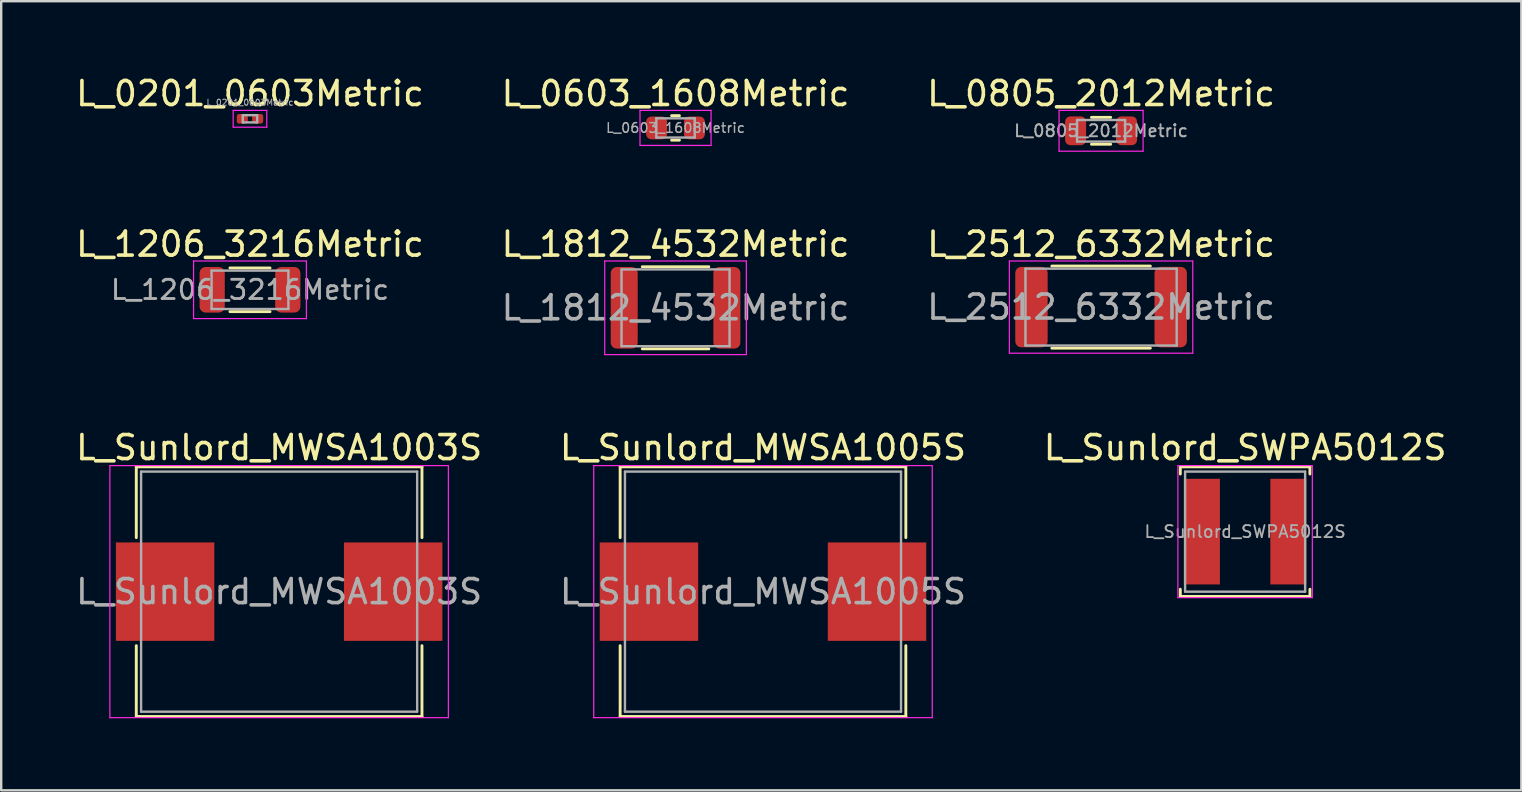
<source format=kicad_pcb>
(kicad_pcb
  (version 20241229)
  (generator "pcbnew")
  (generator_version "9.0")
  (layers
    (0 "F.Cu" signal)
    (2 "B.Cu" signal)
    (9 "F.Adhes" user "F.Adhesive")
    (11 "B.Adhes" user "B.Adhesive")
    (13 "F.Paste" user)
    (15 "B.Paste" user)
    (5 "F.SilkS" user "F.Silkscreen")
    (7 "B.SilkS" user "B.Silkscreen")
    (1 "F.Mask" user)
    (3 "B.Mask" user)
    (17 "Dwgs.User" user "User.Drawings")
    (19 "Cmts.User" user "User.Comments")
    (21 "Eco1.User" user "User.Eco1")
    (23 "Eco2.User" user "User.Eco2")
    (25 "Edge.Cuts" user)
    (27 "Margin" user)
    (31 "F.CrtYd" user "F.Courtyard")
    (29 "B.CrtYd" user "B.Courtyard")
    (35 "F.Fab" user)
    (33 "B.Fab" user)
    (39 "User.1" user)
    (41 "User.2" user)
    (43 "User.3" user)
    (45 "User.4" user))
  (footprint "L_Sunlord_MWSA1005S"
    (layer "F.Cu")
    (at 28.732 21.595)
    (property "Reference" "L_Sunlord_MWSA1005S" (at 0 -6 0) (layer "F.SilkS") (effects (font (size 1 1) (thickness 0.15))))
    (attr smd)
    (fp_line (start -5.95 -5.2) (end -5.95 -2.25) (stroke (width 0.12) (type solid)) (layer "F.SilkS"))
    (fp_line (start -5.95 -5.2) (end 5.95 -5.2) (stroke (width 0.12) (type solid)) (layer "F.SilkS"))
    (fp_line (start -5.95 5.2) (end -5.95 2.25) (stroke (width 0.12) (type solid)) (layer "F.SilkS"))
    (fp_line (start -5.95 5.2) (end 5.95 5.2) (stroke (width 0.12) (type solid)) (layer "F.SilkS"))
    (fp_line (start 5.95 -5.2) (end 5.95 -2.25) (stroke (width 0.12) (type solid)) (layer "F.SilkS"))
    (fp_line (start 5.95 5.2) (end 5.95 2.25) (stroke (width 0.12) (type solid)) (layer "F.SilkS"))
    (fp_line (start -7.05 -5.25) (end -7.05 5.25) (stroke (width 0.05) (type solid)) (layer "F.CrtYd"))
    (fp_line (start -7.05 5.25) (end 7.05 5.25) (stroke (width 0.05) (type solid)) (layer "F.CrtYd"))
    (fp_line (start 7.05 -5.25) (end -7.05 -5.25) (stroke (width 0.05) (type solid)) (layer "F.CrtYd"))
    (fp_line (start 7.05 5.25) (end 7.05 -5.25) (stroke (width 0.05) (type solid)) (layer "F.CrtYd"))
    (fp_line (start -5.75 -5) (end -5.75 5) (stroke (width 0.1) (type solid)) (layer "F.Fab"))
    (fp_line (start -5.75 5) (end 5.75 5) (stroke (width 0.1) (type solid)) (layer "F.Fab"))
    (fp_line (start 5.75 -5) (end -5.75 -5) (stroke (width 0.1) (type solid)) (layer "F.Fab"))
    (fp_line (start 5.75 5) (end 5.75 -5) (stroke (width 0.1) (type solid)) (layer "F.Fab"))
    (fp_text user "${REFERENCE}" (at 0 0 0) (layer "F.Fab") (effects (font (size 1 1) (thickness 0.15))))
    (pad "1" smd rect (at -4.75 0) (size 4.1 4.1) (layers "F.Cu" "F.Mask" "F.Paste"))
    (pad "2" smd rect (at 4.75 0) (size 4.1 4.1) (layers "F.Cu" "F.Mask" "F.Paste")))
  (footprint "L_1812_4532Metric"
    (layer "F.Cu")
    (at 25.089 9.771)
    (property "Reference" "L_1812_4532Metric" (at 0 -2.65 0) (layer "F.SilkS") (effects (font (size 1 1) (thickness 0.15))))
    (attr smd)
    (fp_line (start -1.386 -1.71) (end 1.386 -1.71) (stroke (width 0.12) (type solid)) (layer "F.SilkS"))
    (fp_line (start -1.386 1.71) (end 1.386 1.71) (stroke (width 0.12) (type solid)) (layer "F.SilkS"))
    (fp_line (start -2.95 -1.95) (end 2.95 -1.95) (stroke (width 0.05) (type solid)) (layer "F.CrtYd"))
    (fp_line (start -2.95 1.95) (end -2.95 -1.95) (stroke (width 0.05) (type solid)) (layer "F.CrtYd"))
    (fp_line (start 2.95 -1.95) (end 2.95 1.95) (stroke (width 0.05) (type solid)) (layer "F.CrtYd"))
    (fp_line (start 2.95 1.95) (end -2.95 1.95) (stroke (width 0.05) (type solid)) (layer "F.CrtYd"))
    (fp_line (start -2.25 -1.6) (end 2.25 -1.6) (stroke (width 0.1) (type solid)) (layer "F.Fab"))
    (fp_line (start -2.25 1.6) (end -2.25 -1.6) (stroke (width 0.1) (type solid)) (layer "F.Fab"))
    (fp_line (start 2.25 -1.6) (end 2.25 1.6) (stroke (width 0.1) (type solid)) (layer "F.Fab"))
    (fp_line (start 2.25 1.6) (end -2.25 1.6) (stroke (width 0.1) (type solid)) (layer "F.Fab"))
    (fp_text user "${REFERENCE}" (at 0 0 0) (layer "F.Fab") (effects (font (size 1 1) (thickness 0.15))))
    (pad "1" smd roundrect (at -2.138 0) (size 1.125 3.4) (layers "F.Cu" "F.Mask" "F.Paste") (roundrect_rratio 0.222))
    (pad "2" smd roundrect (at 2.138 0) (size 1.125 3.4) (layers "F.Cu" "F.Mask" "F.Paste") (roundrect_rratio 0.222)))
  (footprint "L_1206_3216Metric"
    (layer "F.Cu")
    (at 7.363 9.021)
    (property "Reference" "L_1206_3216Metric" (at 0 -1.9 0) (layer "F.SilkS") (effects (font (size 1 1) (thickness 0.15))))
    (attr smd)
    (fp_line (start -0.835 -0.91) (end 0.835 -0.91) (stroke (width 0.12) (type solid)) (layer "F.SilkS"))
    (fp_line (start -0.835 0.91) (end 0.835 0.91) (stroke (width 0.12) (type solid)) (layer "F.SilkS"))
    (fp_line (start -2.35 -1.2) (end 2.35 -1.2) (stroke (width 0.05) (type solid)) (layer "F.CrtYd"))
    (fp_line (start -2.35 1.2) (end -2.35 -1.2) (stroke (width 0.05) (type solid)) (layer "F.CrtYd"))
    (fp_line (start 2.35 -1.2) (end 2.35 1.2) (stroke (width 0.05) (type solid)) (layer "F.CrtYd"))
    (fp_line (start 2.35 1.2) (end -2.35 1.2) (stroke (width 0.05) (type solid)) (layer "F.CrtYd"))
    (fp_line (start -1.6 -0.8) (end 1.6 -0.8) (stroke (width 0.1) (type solid)) (layer "F.Fab"))
    (fp_line (start -1.6 0.8) (end -1.6 -0.8) (stroke (width 0.1) (type solid)) (layer "F.Fab"))
    (fp_line (start 1.6 -0.8) (end 1.6 0.8) (stroke (width 0.1) (type solid)) (layer "F.Fab"))
    (fp_line (start 1.6 0.8) (end -1.6 0.8) (stroke (width 0.1) (type solid)) (layer "F.Fab"))
    (fp_text user "${REFERENCE}" (at 0 0 0) (layer "F.Fab") (effects (font (size 0.8 0.8) (thickness 0.12))))
    (pad "1" smd roundrect (at -1.575 0) (size 1.05 1.9) (layers "F.Cu" "F.Mask" "F.Paste") (roundrect_rratio 0.238))
    (pad "2" smd roundrect (at 1.575 0) (size 1.05 1.9) (layers "F.Cu" "F.Mask" "F.Paste") (roundrect_rratio 0.238)))
  (footprint "L_0805_2012Metric"
    (layer "F.Cu")
    (at 42.815 2.398)
    (property "Reference" "L_0805_2012Metric" (at 0 -1.55 0) (layer "F.SilkS") (effects (font (size 1 1) (thickness 0.15))))
    (attr smd)
    (fp_line (start -0.4 -0.56) (end 0.4 -0.56) (stroke (width 0.12) (type solid)) (layer "F.SilkS"))
    (fp_line (start -0.4 0.56) (end 0.4 0.56) (stroke (width 0.12) (type solid)) (layer "F.SilkS"))
    (fp_line (start -1.75 -0.85) (end 1.75 -0.85) (stroke (width 0.05) (type solid)) (layer "F.CrtYd"))
    (fp_line (start -1.75 0.85) (end -1.75 -0.85) (stroke (width 0.05) (type solid)) (layer "F.CrtYd"))
    (fp_line (start 1.75 -0.85) (end 1.75 0.85) (stroke (width 0.05) (type solid)) (layer "F.CrtYd"))
    (fp_line (start 1.75 0.85) (end -1.75 0.85) (stroke (width 0.05) (type solid)) (layer "F.CrtYd"))
    (fp_line (start -1 -0.45) (end 1 -0.45) (stroke (width 0.1) (type solid)) (layer "F.Fab"))
    (fp_line (start -1 0.45) (end -1 -0.45) (stroke (width 0.1) (type solid)) (layer "F.Fab"))
    (fp_line (start 1 -0.45) (end 1 0.45) (stroke (width 0.1) (type solid)) (layer "F.Fab"))
    (fp_line (start 1 0.45) (end -1 0.45) (stroke (width 0.1) (type solid)) (layer "F.Fab"))
    (fp_text user "${REFERENCE}" (at 0 0 0) (layer "F.Fab") (effects (font (size 0.5 0.5) (thickness 0.08))))
    (pad "1" smd roundrect (at -1.062 0) (size 0.875 1.2) (layers "F.Cu" "F.Mask" "F.Paste") (roundrect_rratio 0.25))
    (pad "2" smd roundrect (at 1.062 0) (size 0.875 1.2) (layers "F.Cu" "F.Mask" "F.Paste") (roundrect_rratio 0.25)))
  (footprint "L_Sunlord_MWSA1003S"
    (layer "F.Cu")
    (at 8.577 21.595)
    (property "Reference" "L_Sunlord_MWSA1003S" (at 0 -6 0) (layer "F.SilkS") (effects (font (size 1 1) (thickness 0.15))))
    (attr smd)
    (fp_line (start -5.95 -5.2) (end -5.95 -2.25) (stroke (width 0.12) (type solid)) (layer "F.SilkS"))
    (fp_line (start -5.95 -5.2) (end 5.95 -5.2) (stroke (width 0.12) (type solid)) (layer "F.SilkS"))
    (fp_line (start -5.95 5.2) (end -5.95 2.25) (stroke (width 0.12) (type solid)) (layer "F.SilkS"))
    (fp_line (start -5.95 5.2) (end 5.95 5.2) (stroke (width 0.12) (type solid)) (layer "F.SilkS"))
    (fp_line (start 5.95 -5.2) (end 5.95 -2.25) (stroke (width 0.12) (type solid)) (layer "F.SilkS"))
    (fp_line (start 5.95 5.2) (end 5.95 2.25) (stroke (width 0.12) (type solid)) (layer "F.SilkS"))
    (fp_line (start -7.05 -5.25) (end -7.05 5.25) (stroke (width 0.05) (type solid)) (layer "F.CrtYd"))
    (fp_line (start -7.05 5.25) (end 7.05 5.25) (stroke (width 0.05) (type solid)) (layer "F.CrtYd"))
    (fp_line (start 7.05 -5.25) (end -7.05 -5.25) (stroke (width 0.05) (type solid)) (layer "F.CrtYd"))
    (fp_line (start 7.05 5.25) (end 7.05 -5.25) (stroke (width 0.05) (type solid)) (layer "F.CrtYd"))
    (fp_line (start -5.75 -5) (end -5.75 5) (stroke (width 0.1) (type solid)) (layer "F.Fab"))
    (fp_line (start -5.75 5) (end 5.75 5) (stroke (width 0.1) (type solid)) (layer "F.Fab"))
    (fp_line (start 5.75 -5) (end -5.75 -5) (stroke (width 0.1) (type solid)) (layer "F.Fab"))
    (fp_line (start 5.75 5) (end 5.75 -5) (stroke (width 0.1) (type solid)) (layer "F.Fab"))
    (fp_text user "${REFERENCE}" (at 0 0 0) (layer "F.Fab") (effects (font (size 1 1) (thickness 0.15))))
    (pad "1" smd rect (at -4.75 0) (size 4.1 4.1) (layers "F.Cu" "F.Mask" "F.Paste"))
    (pad "2" smd rect (at 4.75 0) (size 4.1 4.1) (layers "F.Cu" "F.Mask" "F.Paste")))
  (footprint "L_2512_6332Metric"
    (layer "F.Cu")
    (at 42.815 9.742)
    (property "Reference" "L_2512_6332Metric" (at 0 -2.62 0) (layer "F.SilkS") (effects (font (size 1 1) (thickness 0.15))))
    (attr smd)
    (fp_line (start -2.052 -1.71) (end 2.052 -1.71) (stroke (width 0.12) (type solid)) (layer "F.SilkS"))
    (fp_line (start -2.052 1.71) (end 2.052 1.71) (stroke (width 0.12) (type solid)) (layer "F.SilkS"))
    (fp_line (start -3.82 -1.92) (end 3.82 -1.92) (stroke (width 0.05) (type solid)) (layer "F.CrtYd"))
    (fp_line (start -3.82 1.92) (end -3.82 -1.92) (stroke (width 0.05) (type solid)) (layer "F.CrtYd"))
    (fp_line (start 3.82 -1.92) (end 3.82 1.92) (stroke (width 0.05) (type solid)) (layer "F.CrtYd"))
    (fp_line (start 3.82 1.92) (end -3.82 1.92) (stroke (width 0.05) (type solid)) (layer "F.CrtYd"))
    (fp_line (start -3.15 -1.6) (end 3.15 -1.6) (stroke (width 0.1) (type solid)) (layer "F.Fab"))
    (fp_line (start -3.15 1.6) (end -3.15 -1.6) (stroke (width 0.1) (type solid)) (layer "F.Fab"))
    (fp_line (start 3.15 -1.6) (end 3.15 1.6) (stroke (width 0.1) (type solid)) (layer "F.Fab"))
    (fp_line (start 3.15 1.6) (end -3.15 1.6) (stroke (width 0.1) (type solid)) (layer "F.Fab"))
    (fp_text user "${REFERENCE}" (at 0 0 0) (layer "F.Fab") (effects (font (size 1 1) (thickness 0.15))))
    (pad "1" smd roundrect (at -2.9 0) (size 1.35 3.35) (layers "F.Cu" "F.Mask" "F.Paste") (roundrect_rratio 0.185))
    (pad "2" smd roundrect (at 2.9 0) (size 1.35 3.35) (layers "F.Cu" "F.Mask" "F.Paste") (roundrect_rratio 0.185)))
  (footprint "L_0603_1608Metric"
    (layer "F.Cu")
    (at 25.089 2.278)
    (property "Reference" "L_0603_1608Metric" (at 0 -1.43 0) (layer "F.SilkS") (effects (font (size 1 1) (thickness 0.15))))
    (attr smd)
    (fp_line (start -0.163 -0.51) (end 0.163 -0.51) (stroke (width 0.12) (type solid)) (layer "F.SilkS"))
    (fp_line (start -0.163 0.51) (end 0.163 0.51) (stroke (width 0.12) (type solid)) (layer "F.SilkS"))
    (fp_line (start -1.48 -0.73) (end 1.48 -0.73) (stroke (width 0.05) (type solid)) (layer "F.CrtYd"))
    (fp_line (start -1.48 0.73) (end -1.48 -0.73) (stroke (width 0.05) (type solid)) (layer "F.CrtYd"))
    (fp_line (start 1.48 -0.73) (end 1.48 0.73) (stroke (width 0.05) (type solid)) (layer "F.CrtYd"))
    (fp_line (start 1.48 0.73) (end -1.48 0.73) (stroke (width 0.05) (type solid)) (layer "F.CrtYd"))
    (fp_line (start -0.8 -0.4) (end 0.8 -0.4) (stroke (width 0.1) (type solid)) (layer "F.Fab"))
    (fp_line (start -0.8 0.4) (end -0.8 -0.4) (stroke (width 0.1) (type solid)) (layer "F.Fab"))
    (fp_line (start 0.8 -0.4) (end 0.8 0.4) (stroke (width 0.1) (type solid)) (layer "F.Fab"))
    (fp_line (start 0.8 0.4) (end -0.8 0.4) (stroke (width 0.1) (type solid)) (layer "F.Fab"))
    (fp_text user "${REFERENCE}" (at 0 0 0) (layer "F.Fab") (effects (font (size 0.4 0.4) (thickness 0.06))))
    (pad "1" smd roundrect (at -0.787 0) (size 0.875 0.95) (layers "F.Cu" "F.Mask" "F.Paste") (roundrect_rratio 0.25))
    (pad "2" smd roundrect (at 0.787 0) (size 0.875 0.95) (layers "F.Cu" "F.Mask" "F.Paste") (roundrect_rratio 0.25)))
  (footprint "L_Sunlord_SWPA5012S"
    (layer "F.Cu")
    (at 48.815 19.095)
    (property "Reference" "L_Sunlord_SWPA5012S" (at 0 -3.5 0) (layer "F.SilkS") (effects (font (size 1 1) (thickness 0.15))))
    (attr smd)
    (fp_line (start -2.7 -2.7) (end -2.7 -2.4) (stroke (width 0.12) (type solid)) (layer "F.SilkS"))
    (fp_line (start -2.7 -2.7) (end 2.7 -2.7) (stroke (width 0.12) (type solid)) (layer "F.SilkS"))
    (fp_line (start -2.7 2.7) (end -2.7 2.4) (stroke (width 0.12) (type solid)) (layer "F.SilkS"))
    (fp_line (start -2.7 2.7) (end 2.7 2.7) (stroke (width 0.12) (type solid)) (layer "F.SilkS"))
    (fp_line (start 2.7 -2.7) (end 2.7 -2.4) (stroke (width 0.12) (type solid)) (layer "F.SilkS"))
    (fp_line (start 2.7 2.7) (end 2.7 2.4) (stroke (width 0.12) (type solid)) (layer "F.SilkS"))
    (fp_line (start -2.8 -2.75) (end -2.8 2.75) (stroke (width 0.05) (type solid)) (layer "F.CrtYd"))
    (fp_line (start -2.8 2.75) (end 2.8 2.75) (stroke (width 0.05) (type solid)) (layer "F.CrtYd"))
    (fp_line (start 2.8 -2.75) (end -2.8 -2.75) (stroke (width 0.05) (type solid)) (layer "F.CrtYd"))
    (fp_line (start 2.8 2.75) (end 2.8 -2.75) (stroke (width 0.05) (type solid)) (layer "F.CrtYd"))
    (fp_line (start -2.5 -2.5) (end -2.5 2.5) (stroke (width 0.1) (type solid)) (layer "F.Fab"))
    (fp_line (start -2.5 2.5) (end 2.5 2.5) (stroke (width 0.1) (type solid)) (layer "F.Fab"))
    (fp_line (start 2.5 -2.5) (end -2.5 -2.5) (stroke (width 0.1) (type solid)) (layer "F.Fab"))
    (fp_line (start 2.5 2.5) (end 2.5 -2.5) (stroke (width 0.1) (type solid)) (layer "F.Fab"))
    (fp_text user "${REFERENCE}" (at 0 0 0) (layer "F.Fab") (effects (font (size 0.5 0.5) (thickness 0.075))))
    (pad "1" smd rect (at -1.8 0) (size 1.5 4.4) (layers "F.Cu" "F.Mask" "F.Paste"))
    (pad "2" smd rect (at 1.8 0) (size 1.5 4.4) (layers "F.Cu" "F.Mask" "F.Paste")))
  (footprint "L_0201_0603Metric"
    (layer "F.Cu")
    (at 7.363 1.898)
    (property "Reference" "L_0201_0603Metric" (at 0 -1.05 0) (layer "F.SilkS") (effects (font (size 1 1) (thickness 0.15))))
    (attr smd)
    (fp_line (start -0.7 -0.35) (end 0.7 -0.35) (stroke (width 0.05) (type solid)) (layer "F.CrtYd"))
    (fp_line (start -0.7 0.35) (end -0.7 -0.35) (stroke (width 0.05) (type solid)) (layer "F.CrtYd"))
    (fp_line (start 0.7 -0.35) (end 0.7 0.35) (stroke (width 0.05) (type solid)) (layer "F.CrtYd"))
    (fp_line (start 0.7 0.35) (end -0.7 0.35) (stroke (width 0.05) (type solid)) (layer "F.CrtYd"))
    (fp_line (start -0.3 -0.15) (end 0.3 -0.15) (stroke (width 0.1) (type solid)) (layer "F.Fab"))
    (fp_line (start -0.3 0.15) (end -0.3 -0.15) (stroke (width 0.1) (type solid)) (layer "F.Fab"))
    (fp_line (start 0.3 -0.15) (end 0.3 0.15) (stroke (width 0.1) (type solid)) (layer "F.Fab"))
    (fp_line (start 0.3 0.15) (end -0.3 0.15) (stroke (width 0.1) (type solid)) (layer "F.Fab"))
    (fp_text user "${REFERENCE}" (at 0 -0.68 0) (layer "F.Fab") (effects (font (size 0.25 0.25) (thickness 0.04))))
    (pad "" smd roundrect (at -0.345 0) (size 0.318 0.36) (layers "F.Paste") (roundrect_rratio 0.25))
    (pad "" smd roundrect (at 0.345 0) (size 0.318 0.36) (layers "F.Paste") (roundrect_rratio 0.25))
    (pad "1" smd roundrect (at -0.32 0) (size 0.46 0.4) (layers "F.Cu" "F.Mask") (roundrect_rratio 0.25))
    (pad "2" smd roundrect (at 0.32 0) (size 0.46 0.4) (layers "F.Cu" "F.Mask") (roundrect_rratio 0.25)))
  (gr_rect
    (start -3 -3)
    (end 60.321 29.87)
    (stroke (width 0.1) (type default))
    (fill no)
    (layer "Edge.Cuts")))
</source>
